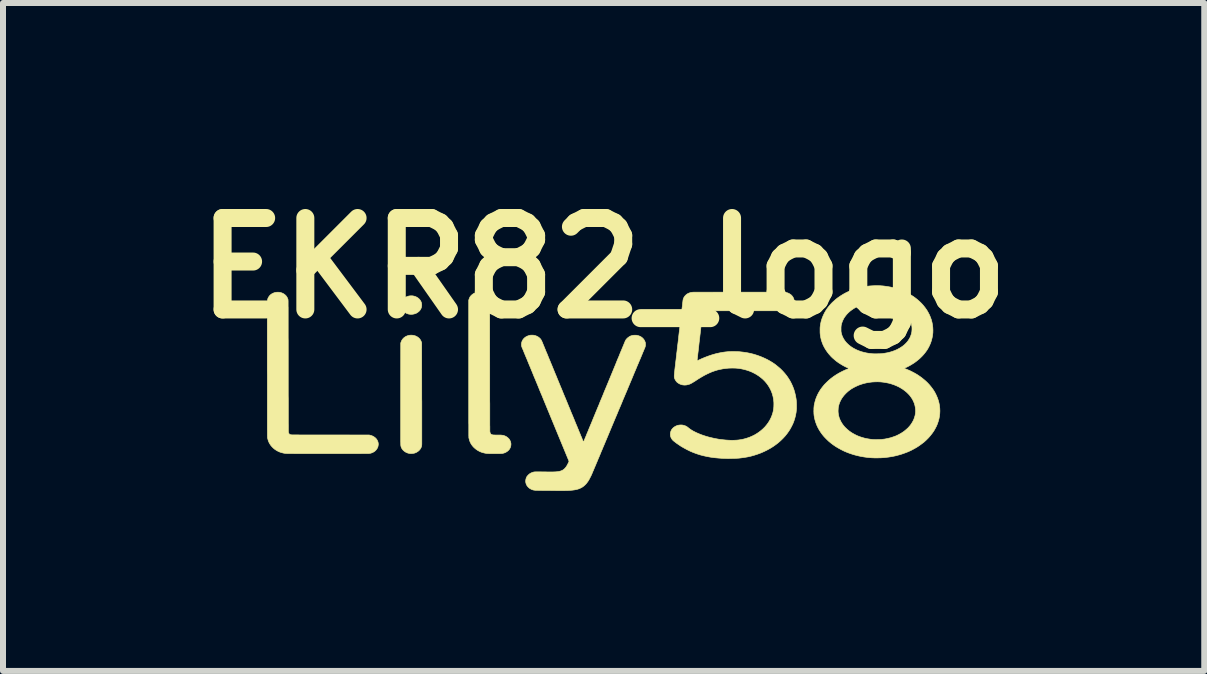
<source format=kicad_pcb>
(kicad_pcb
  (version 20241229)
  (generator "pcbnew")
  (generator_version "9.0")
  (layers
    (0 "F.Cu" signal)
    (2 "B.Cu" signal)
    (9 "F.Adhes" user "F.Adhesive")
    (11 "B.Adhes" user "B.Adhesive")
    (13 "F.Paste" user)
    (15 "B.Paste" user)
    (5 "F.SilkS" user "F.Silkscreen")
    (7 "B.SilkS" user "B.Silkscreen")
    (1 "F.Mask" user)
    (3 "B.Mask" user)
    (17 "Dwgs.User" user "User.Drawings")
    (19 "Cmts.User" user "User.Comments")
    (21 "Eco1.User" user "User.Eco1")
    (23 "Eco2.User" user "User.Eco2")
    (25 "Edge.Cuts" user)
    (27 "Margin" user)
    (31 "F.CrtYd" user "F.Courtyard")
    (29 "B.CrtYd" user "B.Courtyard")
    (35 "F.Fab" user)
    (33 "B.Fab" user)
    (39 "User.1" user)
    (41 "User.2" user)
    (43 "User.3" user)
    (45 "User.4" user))
  (footprint "EKR82_logo"
    (layer "F.Cu")
    (at 7.01 3.418)
    (property "Reference" "EKR82_logo" (at 0 -2 0) (layer "F.SilkS") (effects (font (size 1.524 1.524) (thickness 0.3))))
    (attr through_hole)
    (fp_poly (pts (xy -3.181 -1.537) (xy -3.157 -1.532) (xy -3.157 -1.532) (xy -3.135 -1.525) (xy -3.114 -1.515) (xy -3.095 -1.503) (xy -3.078 -1.489) (xy -3.063 -1.473) (xy -3.052 -1.457) (xy -3.042 -1.438) (xy -3.035 -1.418) (xy -3.032 -1.397) (xy -3.031 -1.377) (xy -3.034 -1.356) (xy -3.039 -1.336) (xy -3.048 -1.317) (xy -3.059 -1.299) (xy -3.066 -1.29) (xy -3.082 -1.274) (xy -3.1 -1.261) (xy -3.119 -1.249) (xy -3.141 -1.24) (xy -3.163 -1.234) (xy -3.186 -1.23) (xy -3.209 -1.229) (xy -3.225 -1.23) (xy -3.248 -1.233) (xy -3.271 -1.24) (xy -3.292 -1.249) (xy -3.311 -1.26) (xy -3.329 -1.274) (xy -3.344 -1.289) (xy -3.357 -1.306) (xy -3.368 -1.325) (xy -3.376 -1.345) (xy -3.376 -1.346) (xy -3.378 -1.352) (xy -3.379 -1.358) (xy -3.38 -1.363) (xy -3.38 -1.37) (xy -3.38 -1.378) (xy -3.38 -1.384) (xy -3.38 -1.393) (xy -3.38 -1.4) (xy -3.38 -1.406) (xy -3.379 -1.412) (xy -3.377 -1.417) (xy -3.376 -1.422) (xy -3.368 -1.442) (xy -3.358 -1.46) (xy -3.345 -1.477) (xy -3.332 -1.491) (xy -3.314 -1.505) (xy -3.294 -1.517) (xy -3.273 -1.526) (xy -3.251 -1.533) (xy -3.228 -1.537) (xy -3.205 -1.538) (xy -3.181 -1.537)) (stroke (width 0.01) (type solid)) (fill yes) (layer "F.SilkS"))
    (fp_poly (pts (xy -3.185 -0.881) (xy -3.162 -0.877) (xy -3.14 -0.871) (xy -3.119 -0.862) (xy -3.1 -0.851) (xy -3.082 -0.837) (xy -3.066 -0.821) (xy -3.053 -0.803) (xy -3.043 -0.784) (xy -3.036 -0.765) (xy -3.032 -0.754) (xy -3.031 0.079) (xy -3.031 0.129) (xy -3.031 0.178) (xy -3.03 0.227) (xy -3.03 0.274) (xy -3.03 0.321) (xy -3.03 0.367) (xy -3.03 0.411) (xy -3.03 0.455) (xy -3.03 0.497) (xy -3.03 0.537) (xy -3.03 0.577) (xy -3.03 0.614) (xy -3.03 0.65) (xy -3.03 0.684) (xy -3.03 0.717) (xy -3.03 0.747) (xy -3.03 0.776) (xy -3.03 0.802) (xy -3.03 0.827) (xy -3.03 0.849) (xy -3.03 0.868) (xy -3.03 0.886) (xy -3.03 0.9) (xy -3.03 0.912) (xy -3.03 0.922) (xy -3.03 0.929) (xy -3.03 0.932) (xy -3.03 0.933) (xy -3.031 0.949) (xy -3.033 0.963) (xy -3.036 0.975) (xy -3.04 0.987) (xy -3.041 0.99) (xy -3.051 1.009) (xy -3.063 1.026) (xy -3.078 1.042) (xy -3.095 1.056) (xy -3.114 1.068) (xy -3.134 1.078) (xy -3.155 1.085) (xy -3.178 1.089) (xy -3.201 1.091) (xy -3.225 1.091) (xy -3.248 1.087) (xy -3.27 1.081) (xy -3.291 1.072) (xy -3.311 1.06) (xy -3.328 1.047) (xy -3.344 1.032) (xy -3.357 1.015) (xy -3.368 0.997) (xy -3.375 0.979) (xy -3.375 0.977) (xy -3.376 0.975) (xy -3.376 0.974) (xy -3.377 0.972) (xy -3.377 0.97) (xy -3.378 0.969) (xy -3.378 0.967) (xy -3.379 0.964) (xy -3.379 0.962) (xy -3.379 0.959) (xy -3.38 0.955) (xy -3.38 0.951) (xy -3.38 0.946) (xy -3.381 0.94) (xy -3.381 0.934) (xy -3.381 0.927) (xy -3.381 0.918) (xy -3.381 0.909) (xy -3.382 0.899) (xy -3.382 0.887) (xy -3.382 0.875) (xy -3.382 0.86) (xy -3.382 0.845) (xy -3.382 0.828) (xy -3.382 0.809) (xy -3.382 0.789) (xy -3.382 0.767) (xy -3.382 0.744) (xy -3.382 0.718) (xy -3.382 0.691) (xy -3.382 0.662) (xy -3.382 0.63) (xy -3.382 0.597) (xy -3.382 0.561) (xy -3.382 0.523) (xy -3.382 0.483) (xy -3.382 0.44) (xy -3.382 0.395) (xy -3.382 0.347) (xy -3.382 0.296) (xy -3.382 0.243) (xy -3.382 0.187) (xy -3.382 0.128) (xy -3.382 0.09) (xy -3.381 -0.751) (xy -3.376 -0.766) (xy -3.368 -0.786) (xy -3.358 -0.804) (xy -3.345 -0.821) (xy -3.332 -0.835) (xy -3.314 -0.849) (xy -3.295 -0.861) (xy -3.274 -0.87) (xy -3.253 -0.877) (xy -3.23 -0.881) (xy -3.208 -0.882) (xy -3.185 -0.881)) (stroke (width 0.01) (type solid)) (fill yes) (layer "F.SilkS"))
    (fp_poly (pts (xy -2.066 -1.598) (xy -2.041 -1.596) (xy -2.018 -1.591) (xy -1.996 -1.583) (xy -1.976 -1.573) (xy -1.957 -1.56) (xy -1.948 -1.552) (xy -1.933 -1.537) (xy -1.921 -1.521) (xy -1.911 -1.504) (xy -1.903 -1.484) (xy -1.903 -1.482) (xy -1.899 -1.471) (xy -1.898 -0.377) (xy -1.898 -0.306) (xy -1.898 -0.237) (xy -1.898 -0.171) (xy -1.898 -0.108) (xy -1.898 -0.048) (xy -1.898 0.009) (xy -1.898 0.064) (xy -1.898 0.116) (xy -1.898 0.166) (xy -1.898 0.213) (xy -1.897 0.258) (xy -1.897 0.3) (xy -1.897 0.34) (xy -1.897 0.377) (xy -1.897 0.413) (xy -1.897 0.446) (xy -1.897 0.477) (xy -1.897 0.506) (xy -1.897 0.532) (xy -1.897 0.557) (xy -1.897 0.58) (xy -1.897 0.601) (xy -1.897 0.621) (xy -1.896 0.638) (xy -1.896 0.654) (xy -1.896 0.668) (xy -1.896 0.68) (xy -1.896 0.691) (xy -1.896 0.701) (xy -1.896 0.709) (xy -1.896 0.715) (xy -1.896 0.72) (xy -1.895 0.724) (xy -1.895 0.727) (xy -1.895 0.728) (xy -1.895 0.728) (xy -1.892 0.741) (xy -1.889 0.752) (xy -1.885 0.76) (xy -1.88 0.766) (xy -1.873 0.771) (xy -1.872 0.772) (xy -1.867 0.774) (xy -1.861 0.776) (xy -1.855 0.778) (xy -1.847 0.78) (xy -1.838 0.781) (xy -1.827 0.782) (xy -1.813 0.782) (xy -1.797 0.783) (xy -1.779 0.783) (xy -1.761 0.783) (xy -1.743 0.783) (xy -1.727 0.783) (xy -1.715 0.783) (xy -1.704 0.784) (xy -1.695 0.785) (xy -1.687 0.786) (xy -1.679 0.787) (xy -1.672 0.788) (xy -1.665 0.79) (xy -1.663 0.791) (xy -1.641 0.799) (xy -1.62 0.81) (xy -1.602 0.823) (xy -1.585 0.838) (xy -1.571 0.854) (xy -1.56 0.873) (xy -1.552 0.892) (xy -1.548 0.906) (xy -1.545 0.92) (xy -1.544 0.935) (xy -1.545 0.95) (xy -1.547 0.964) (xy -1.548 0.969) (xy -1.554 0.989) (xy -1.563 1.008) (xy -1.575 1.026) (xy -1.59 1.042) (xy -1.607 1.056) (xy -1.626 1.068) (xy -1.646 1.078) (xy -1.668 1.085) (xy -1.69 1.09) (xy -1.695 1.09) (xy -1.703 1.091) (xy -1.713 1.091) (xy -1.726 1.092) (xy -1.741 1.092) (xy -1.757 1.092) (xy -1.775 1.092) (xy -1.793 1.092) (xy -1.812 1.092) (xy -1.831 1.092) (xy -1.85 1.092) (xy -1.869 1.092) (xy -1.886 1.092) (xy -1.902 1.092) (xy -1.916 1.091) (xy -1.928 1.091) (xy -1.938 1.09) (xy -1.945 1.09) (xy -1.947 1.09) (xy -1.981 1.084) (xy -2.013 1.076) (xy -2.044 1.066) (xy -2.073 1.053) (xy -2.101 1.037) (xy -2.126 1.02) (xy -2.15 1) (xy -2.172 0.979) (xy -2.191 0.956) (xy -2.208 0.931) (xy -2.222 0.905) (xy -2.233 0.877) (xy -2.241 0.848) (xy -2.246 0.827) (xy -2.246 0.826) (xy -2.246 0.823) (xy -2.246 0.82) (xy -2.246 0.816) (xy -2.246 0.812) (xy -2.246 0.806) (xy -2.247 0.799) (xy -2.247 0.791) (xy -2.247 0.781) (xy -2.247 0.771) (xy -2.247 0.759) (xy -2.247 0.745) (xy -2.247 0.731) (xy -2.247 0.714) (xy -2.247 0.696) (xy -2.247 0.677) (xy -2.247 0.656) (xy -2.247 0.633) (xy -2.247 0.609) (xy -2.248 0.582) (xy -2.248 0.554) (xy -2.248 0.523) (xy -2.248 0.491) (xy -2.248 0.457) (xy -2.248 0.42) (xy -2.248 0.381) (xy -2.248 0.34) (xy -2.248 0.297) (xy -2.248 0.251) (xy -2.248 0.203) (xy -2.248 0.153) (xy -2.248 0.1) (xy -2.248 0.044) (xy -2.248 -0.014) (xy -2.248 -0.076) (xy -2.248 -0.139) (xy -2.248 -0.206) (xy -2.248 -0.276) (xy -2.248 -1.465) (xy -2.244 -1.478) (xy -2.236 -1.5) (xy -2.226 -1.52) (xy -2.213 -1.537) (xy -2.197 -1.553) (xy -2.179 -1.567) (xy -2.16 -1.579) (xy -2.138 -1.588) (xy -2.117 -1.594) (xy -2.094 -1.598) (xy -2.07 -1.598) (xy -2.066 -1.598)) (stroke (width 0.01) (type solid)) (fill yes) (layer "F.SilkS"))
    (fp_poly (pts (xy -5.407 -1.597) (xy -5.385 -1.593) (xy -5.363 -1.586) (xy -5.342 -1.577) (xy -5.323 -1.565) (xy -5.322 -1.564) (xy -5.304 -1.55) (xy -5.289 -1.534) (xy -5.277 -1.516) (xy -5.267 -1.496) (xy -5.26 -1.476) (xy -5.26 -1.475) (xy -5.259 -1.474) (xy -5.259 -1.473) (xy -5.259 -1.471) (xy -5.259 -1.469) (xy -5.259 -1.466) (xy -5.259 -1.462) (xy -5.259 -1.458) (xy -5.258 -1.453) (xy -5.258 -1.447) (xy -5.258 -1.44) (xy -5.258 -1.432) (xy -5.258 -1.423) (xy -5.258 -1.413) (xy -5.258 -1.402) (xy -5.258 -1.39) (xy -5.258 -1.377) (xy -5.258 -1.362) (xy -5.257 -1.346) (xy -5.257 -1.328) (xy -5.257 -1.309) (xy -5.257 -1.288) (xy -5.257 -1.266) (xy -5.257 -1.241) (xy -5.257 -1.215) (xy -5.257 -1.188) (xy -5.257 -1.158) (xy -5.257 -1.126) (xy -5.257 -1.093) (xy -5.257 -1.057) (xy -5.257 -1.019) (xy -5.257 -0.979) (xy -5.257 -0.936) (xy -5.257 -0.891) (xy -5.257 -0.844) (xy -5.256 -0.794) (xy -5.256 -0.742) (xy -5.256 -0.687) (xy -5.256 -0.63) (xy -5.256 -0.569) (xy -5.256 -0.506) (xy -5.256 -0.44) (xy -5.256 -0.372) (xy -5.256 -0.37) (xy -5.256 -0.298) (xy -5.256 -0.229) (xy -5.256 -0.162) (xy -5.256 -0.099) (xy -5.256 -0.038) (xy -5.256 0.02) (xy -5.256 0.075) (xy -5.256 0.127) (xy -5.255 0.177) (xy -5.255 0.225) (xy -5.255 0.27) (xy -5.255 0.312) (xy -5.255 0.353) (xy -5.255 0.39) (xy -5.255 0.426) (xy -5.255 0.459) (xy -5.255 0.49) (xy -5.255 0.519) (xy -5.255 0.546) (xy -5.255 0.571) (xy -5.255 0.594) (xy -5.254 0.615) (xy -5.254 0.634) (xy -5.254 0.652) (xy -5.254 0.667) (xy -5.254 0.681) (xy -5.254 0.693) (xy -5.254 0.703) (xy -5.254 0.712) (xy -5.254 0.72) (xy -5.253 0.726) (xy -5.253 0.73) (xy -5.253 0.733) (xy -5.253 0.735) (xy -5.253 0.735) (xy -5.249 0.748) (xy -5.244 0.758) (xy -5.239 0.765) (xy -5.238 0.766) (xy -5.233 0.77) (xy -5.227 0.773) (xy -5.22 0.776) (xy -5.213 0.778) (xy -5.212 0.778) (xy -5.21 0.778) (xy -5.209 0.779) (xy -5.207 0.779) (xy -5.204 0.779) (xy -5.201 0.779) (xy -5.197 0.779) (xy -5.192 0.78) (xy -5.186 0.78) (xy -5.179 0.78) (xy -5.17 0.78) (xy -5.161 0.78) (xy -5.15 0.78) (xy -5.137 0.78) (xy -5.124 0.78) (xy -5.108 0.78) (xy -5.09 0.78) (xy -5.071 0.781) (xy -5.05 0.781) (xy -5.026 0.781) (xy -5.001 0.781) (xy -4.973 0.781) (xy -4.943 0.781) (xy -4.91 0.781) (xy -4.875 0.781) (xy -4.836 0.781) (xy -4.796 0.781) (xy -4.752 0.781) (xy -4.705 0.781) (xy -4.655 0.781) (xy -4.602 0.781) (xy -4.554 0.781) (xy -3.906 0.782) (xy -3.889 0.786) (xy -3.868 0.792) (xy -3.849 0.8) (xy -3.832 0.809) (xy -3.816 0.82) (xy -3.807 0.827) (xy -3.791 0.843) (xy -3.778 0.86) (xy -3.768 0.879) (xy -3.76 0.899) (xy -3.756 0.919) (xy -3.755 0.94) (xy -3.758 0.962) (xy -3.761 0.976) (xy -3.763 0.983) (xy -3.767 0.991) (xy -3.77 0.999) (xy -3.774 1.005) (xy -3.786 1.024) (xy -3.8 1.04) (xy -3.817 1.055) (xy -3.836 1.067) (xy -3.857 1.077) (xy -3.879 1.085) (xy -3.903 1.089) (xy -3.916 1.091) (xy -3.919 1.091) (xy -3.925 1.091) (xy -3.934 1.091) (xy -3.946 1.091) (xy -3.961 1.091) (xy -3.979 1.091) (xy -4 1.091) (xy -4.023 1.091) (xy -4.049 1.092) (xy -4.077 1.092) (xy -4.108 1.092) (xy -4.14 1.092) (xy -4.175 1.092) (xy -4.211 1.092) (xy -4.249 1.092) (xy -4.289 1.092) (xy -4.331 1.092) (xy -4.374 1.092) (xy -4.418 1.092) (xy -4.463 1.092) (xy -4.51 1.092) (xy -4.557 1.092) (xy -4.603 1.092) (xy -4.662 1.092) (xy -4.717 1.092) (xy -4.768 1.092) (xy -4.817 1.092) (xy -4.863 1.092) (xy -4.905 1.092) (xy -4.945 1.092) (xy -4.982 1.092) (xy -5.017 1.092) (xy -5.049 1.092) (xy -5.078 1.092) (xy -5.105 1.092) (xy -5.13 1.092) (xy -5.153 1.092) (xy -5.174 1.091) (xy -5.192 1.091) (xy -5.209 1.091) (xy -5.224 1.091) (xy -5.237 1.091) (xy -5.249 1.091) (xy -5.259 1.091) (xy -5.268 1.091) (xy -5.275 1.091) (xy -5.281 1.09) (xy -5.286 1.09) (xy -5.29 1.09) (xy -5.293 1.09) (xy -5.295 1.09) (xy -5.33 1.085) (xy -5.363 1.077) (xy -5.395 1.067) (xy -5.425 1.054) (xy -5.454 1.038) (xy -5.481 1.02) (xy -5.505 1) (xy -5.528 0.977) (xy -5.548 0.953) (xy -5.564 0.929) (xy -5.578 0.903) (xy -5.589 0.876) (xy -5.597 0.847) (xy -5.601 0.829) (xy -5.601 0.828) (xy -5.601 0.827) (xy -5.602 0.825) (xy -5.602 0.823) (xy -5.602 0.821) (xy -5.602 0.818) (xy -5.602 0.814) (xy -5.602 0.81) (xy -5.602 0.806) (xy -5.603 0.8) (xy -5.603 0.794) (xy -5.603 0.787) (xy -5.603 0.779) (xy -5.603 0.77) (xy -5.603 0.759) (xy -5.603 0.748) (xy -5.603 0.736) (xy -5.603 0.722) (xy -5.603 0.707) (xy -5.604 0.691) (xy -5.604 0.673) (xy -5.604 0.653) (xy -5.604 0.633) (xy -5.604 0.61) (xy -5.604 0.586) (xy -5.604 0.56) (xy -5.604 0.532) (xy -5.604 0.502) (xy -5.604 0.471) (xy -5.604 0.437) (xy -5.604 0.401) (xy -5.604 0.364) (xy -5.604 0.324) (xy -5.604 0.281) (xy -5.604 0.237) (xy -5.604 0.19) (xy -5.604 0.14) (xy -5.604 0.088) (xy -5.604 0.034) (xy -5.604 -0.024) (xy -5.604 -0.084) (xy -5.604 -0.146) (xy -5.604 -0.212) (xy -5.605 -0.28) (xy -5.605 -0.31) (xy -5.605 -0.391) (xy -5.605 -0.468) (xy -5.605 -0.543) (xy -5.605 -0.615) (xy -5.605 -0.684) (xy -5.605 -0.749) (xy -5.605 -0.812) (xy -5.605 -0.873) (xy -5.605 -0.93) (xy -5.605 -0.984) (xy -5.605 -1.035) (xy -5.605 -1.083) (xy -5.605 -1.129) (xy -5.604 -1.171) (xy -5.604 -1.211) (xy -5.604 -1.247) (xy -5.604 -1.281) (xy -5.604 -1.311) (xy -5.604 -1.339) (xy -5.604 -1.363) (xy -5.604 -1.385) (xy -5.604 -1.404) (xy -5.604 -1.419) (xy -5.604 -1.432) (xy -5.604 -1.442) (xy -5.604 -1.449) (xy -5.603 -1.452) (xy -5.603 -1.453) (xy -5.601 -1.469) (xy -5.598 -1.483) (xy -5.594 -1.496) (xy -5.588 -1.508) (xy -5.587 -1.51) (xy -5.575 -1.529) (xy -5.561 -1.546) (xy -5.544 -1.561) (xy -5.526 -1.573) (xy -5.505 -1.583) (xy -5.483 -1.591) (xy -5.459 -1.596) (xy -5.452 -1.597) (xy -5.43 -1.598) (xy -5.407 -1.597)) (stroke (width 0.01) (type solid)) (fill yes) (layer "F.SilkS"))
    (fp_poly (pts (xy -1.18 -0.882) (xy -1.168 -0.881) (xy -1.157 -0.879) (xy -1.145 -0.876) (xy -1.133 -0.873) (xy -1.111 -0.864) (xy -1.091 -0.853) (xy -1.072 -0.839) (xy -1.067 -0.834) (xy -1.055 -0.823) (xy -1.046 -0.811) (xy -1.037 -0.797) (xy -1.03 -0.782) (xy -1.025 -0.77) (xy -1.023 -0.767) (xy -1.021 -0.761) (xy -1.017 -0.753) (xy -1.013 -0.742) (xy -1.008 -0.729) (xy -1.001 -0.713) (xy -0.994 -0.696) (xy -0.986 -0.676) (xy -0.977 -0.654) (xy -0.967 -0.63) (xy -0.957 -0.605) (xy -0.945 -0.578) (xy -0.933 -0.549) (xy -0.921 -0.518) (xy -0.908 -0.487) (xy -0.894 -0.454) (xy -0.88 -0.419) (xy -0.865 -0.384) (xy -0.85 -0.347) (xy -0.835 -0.31) (xy -0.819 -0.271) (xy -0.803 -0.232) (xy -0.786 -0.192) (xy -0.77 -0.152) (xy -0.753 -0.111) (xy -0.736 -0.07) (xy -0.719 -0.028) (xy -0.701 0.014) (xy -0.684 0.056) (xy -0.667 0.098) (xy -0.65 0.139) (xy -0.632 0.181) (xy -0.615 0.223) (xy -0.598 0.264) (xy -0.582 0.304) (xy -0.565 0.344) (xy -0.549 0.384) (xy -0.533 0.423) (xy -0.517 0.46) (xy -0.502 0.497) (xy -0.487 0.533) (xy -0.473 0.568) (xy -0.459 0.602) (xy -0.445 0.634) (xy -0.433 0.665) (xy -0.42 0.695) (xy -0.409 0.723) (xy -0.398 0.749) (xy -0.388 0.773) (xy -0.379 0.796) (xy -0.37 0.816) (xy -0.362 0.835) (xy -0.356 0.851) (xy -0.35 0.866) (xy -0.345 0.877) (xy -0.341 0.887) (xy -0.338 0.894) (xy -0.336 0.898) (xy -0.335 0.9) (xy -0.335 0.9) (xy -0.335 0.899) (xy -0.334 0.898) (xy -0.333 0.895) (xy -0.332 0.891) (xy -0.329 0.886) (xy -0.327 0.88) (xy -0.323 0.872) (xy -0.32 0.863) (xy -0.315 0.852) (xy -0.31 0.84) (xy -0.305 0.827) (xy -0.298 0.812) (xy -0.291 0.795) (xy -0.284 0.777) (xy -0.276 0.757) (xy -0.267 0.736) (xy -0.257 0.713) (xy -0.247 0.687) (xy -0.236 0.661) (xy -0.224 0.632) (xy -0.211 0.601) (xy -0.197 0.568) (xy -0.183 0.533) (xy -0.168 0.496) (xy -0.152 0.458) (xy -0.135 0.416) (xy -0.117 0.373) (xy -0.098 0.327) (xy -0.078 0.28) (xy -0.058 0.229) (xy -0.036 0.177) (xy -0.013 0.122) (xy 0.01 0.064) (xy 0.035 0.005) (xy 0.061 -0.058) (xy 0.088 -0.123) (xy 0.116 -0.191) (xy 0.145 -0.261) (xy 0.175 -0.334) (xy 0.201 -0.397) (xy 0.214 -0.43) (xy 0.227 -0.462) (xy 0.24 -0.493) (xy 0.253 -0.523) (xy 0.265 -0.553) (xy 0.276 -0.581) (xy 0.287 -0.607) (xy 0.298 -0.633) (xy 0.308 -0.657) (xy 0.317 -0.679) (xy 0.326 -0.7) (xy 0.334 -0.719) (xy 0.34 -0.735) (xy 0.347 -0.75) (xy 0.352 -0.763) (xy 0.356 -0.773) (xy 0.359 -0.781) (xy 0.361 -0.786) (xy 0.363 -0.788) (xy 0.363 -0.788) (xy 0.372 -0.805) (xy 0.384 -0.82) (xy 0.399 -0.835) (xy 0.416 -0.848) (xy 0.433 -0.86) (xy 0.452 -0.869) (xy 0.455 -0.87) (xy 0.469 -0.874) (xy 0.483 -0.878) (xy 0.497 -0.88) (xy 0.513 -0.881) (xy 0.517 -0.881) (xy 0.528 -0.881) (xy 0.537 -0.881) (xy 0.544 -0.881) (xy 0.551 -0.88) (xy 0.557 -0.879) (xy 0.581 -0.873) (xy 0.603 -0.865) (xy 0.624 -0.854) (xy 0.642 -0.841) (xy 0.658 -0.826) (xy 0.672 -0.809) (xy 0.683 -0.79) (xy 0.692 -0.769) (xy 0.695 -0.761) (xy 0.696 -0.754) (xy 0.697 -0.747) (xy 0.698 -0.739) (xy 0.698 -0.729) (xy 0.698 -0.728) (xy 0.698 -0.713) (xy 0.696 -0.701) (xy 0.693 -0.689) (xy 0.689 -0.676) (xy 0.686 -0.67) (xy 0.686 -0.668) (xy 0.684 -0.663) (xy 0.68 -0.656) (xy 0.676 -0.646) (xy 0.671 -0.633) (xy 0.665 -0.618) (xy 0.657 -0.601) (xy 0.649 -0.581) (xy 0.64 -0.559) (xy 0.63 -0.535) (xy 0.619 -0.508) (xy 0.607 -0.48) (xy 0.594 -0.45) (xy 0.581 -0.418) (xy 0.566 -0.384) (xy 0.551 -0.348) (xy 0.536 -0.311) (xy 0.519 -0.272) (xy 0.502 -0.231) (xy 0.485 -0.19) (xy 0.467 -0.146) (xy 0.448 -0.102) (xy 0.429 -0.056) (xy 0.409 -0.009) (xy 0.389 0.04) (xy 0.368 0.089) (xy 0.347 0.139) (xy 0.325 0.19) (xy 0.304 0.242) (xy 0.282 0.295) (xy 0.259 0.348) (xy 0.25 0.369) (xy 0.223 0.435) (xy 0.196 0.498) (xy 0.171 0.558) (xy 0.147 0.615) (xy 0.124 0.67) (xy 0.102 0.723) (xy 0.081 0.773) (xy 0.061 0.821) (xy 0.042 0.866) (xy 0.024 0.909) (xy 0.007 0.95) (xy -0.01 0.989) (xy -0.025 1.026) (xy -0.04 1.06) (xy -0.053 1.093) (xy -0.066 1.124) (xy -0.078 1.153) (xy -0.09 1.18) (xy -0.1 1.205) (xy -0.11 1.229) (xy -0.12 1.251) (xy -0.128 1.272) (xy -0.136 1.291) (xy -0.144 1.309) (xy -0.151 1.325) (xy -0.157 1.34) (xy -0.163 1.354) (xy -0.168 1.367) (xy -0.173 1.378) (xy -0.178 1.389) (xy -0.182 1.398) (xy -0.185 1.406) (xy -0.188 1.414) (xy -0.191 1.421) (xy -0.194 1.427) (xy -0.196 1.432) (xy -0.198 1.437) (xy -0.2 1.441) (xy -0.201 1.444) (xy -0.203 1.447) (xy -0.204 1.45) (xy -0.205 1.452) (xy -0.206 1.454) (xy -0.207 1.456) (xy -0.207 1.458) (xy -0.208 1.459) (xy -0.209 1.461) (xy -0.21 1.462) (xy -0.21 1.464) (xy -0.211 1.465) (xy -0.212 1.467) (xy -0.212 1.467) (xy -0.227 1.496) (xy -0.241 1.523) (xy -0.255 1.547) (xy -0.27 1.568) (xy -0.285 1.588) (xy -0.3 1.605) (xy -0.317 1.621) (xy -0.321 1.625) (xy -0.337 1.638) (xy -0.354 1.65) (xy -0.372 1.661) (xy -0.392 1.67) (xy -0.413 1.679) (xy -0.435 1.686) (xy -0.459 1.692) (xy -0.486 1.697) (xy -0.515 1.701) (xy -0.547 1.704) (xy -0.581 1.706) (xy -0.61 1.708) (xy -0.618 1.708) (xy -0.628 1.708) (xy -0.64 1.708) (xy -0.653 1.709) (xy -0.668 1.709) (xy -0.683 1.709) (xy -0.699 1.709) (xy -0.714 1.709) (xy -0.73 1.709) (xy -0.744 1.709) (xy -0.757 1.709) (xy -0.769 1.709) (xy -0.779 1.709) (xy -0.787 1.709) (xy -0.792 1.709) (xy -0.794 1.709) (xy -0.794 1.709) (xy -0.796 1.709) (xy -0.801 1.708) (xy -0.809 1.708) (xy -0.819 1.708) (xy -0.832 1.708) (xy -0.848 1.708) (xy -0.865 1.708) (xy -0.884 1.707) (xy -0.904 1.707) (xy -0.926 1.707) (xy -0.949 1.707) (xy -0.962 1.706) (xy -0.986 1.706) (xy -1.009 1.706) (xy -1.031 1.706) (xy -1.052 1.705) (xy -1.072 1.705) (xy -1.089 1.705) (xy -1.105 1.704) (xy -1.119 1.704) (xy -1.13 1.704) (xy -1.138 1.704) (xy -1.144 1.703) (xy -1.145 1.703) (xy -1.167 1.7) (xy -1.189 1.694) (xy -1.209 1.685) (xy -1.229 1.674) (xy -1.246 1.661) (xy -1.261 1.646) (xy -1.275 1.629) (xy -1.285 1.611) (xy -1.29 1.599) (xy -1.296 1.579) (xy -1.299 1.559) (xy -1.298 1.538) (xy -1.295 1.518) (xy -1.289 1.498) (xy -1.287 1.493) (xy -1.28 1.478) (xy -1.27 1.465) (xy -1.258 1.451) (xy -1.246 1.44) (xy -1.233 1.429) (xy -1.219 1.42) (xy -1.205 1.413) (xy -1.19 1.407) (xy -1.185 1.405) (xy -1.179 1.403) (xy -1.174 1.402) (xy -1.169 1.401) (xy -1.165 1.399) (xy -1.16 1.398) (xy -1.155 1.398) (xy -1.149 1.397) (xy -1.142 1.397) (xy -1.133 1.396) (xy -1.124 1.396) (xy -1.113 1.396) (xy -1.099 1.396) (xy -1.084 1.396) (xy -1.066 1.396) (xy -1.046 1.396) (xy -1.023 1.397) (xy -0.997 1.397) (xy -0.964 1.397) (xy -0.935 1.398) (xy -0.908 1.398) (xy -0.885 1.398) (xy -0.864 1.398) (xy -0.845 1.398) (xy -0.828 1.397) (xy -0.813 1.397) (xy -0.8 1.396) (xy -0.787 1.395) (xy -0.777 1.394) (xy -0.766 1.393) (xy -0.757 1.392) (xy -0.748 1.39) (xy -0.74 1.389) (xy -0.734 1.387) (xy -0.715 1.382) (xy -0.697 1.375) (xy -0.681 1.367) (xy -0.666 1.357) (xy -0.652 1.345) (xy -0.639 1.331) (xy -0.626 1.315) (xy -0.614 1.297) (xy -0.602 1.275) (xy -0.59 1.252) (xy -0.585 1.242) (xy -0.576 1.22) (xy -0.962 0.284) (xy -0.983 0.233) (xy -1.004 0.182) (xy -1.024 0.132) (xy -1.045 0.083) (xy -1.065 0.035) (xy -1.084 -0.012) (xy -1.103 -0.059) (xy -1.122 -0.104) (xy -1.14 -0.148) (xy -1.158 -0.19) (xy -1.175 -0.232) (xy -1.191 -0.272) (xy -1.207 -0.31) (xy -1.222 -0.347) (xy -1.237 -0.382) (xy -1.251 -0.416) (xy -1.264 -0.448) (xy -1.276 -0.478) (xy -1.288 -0.506) (xy -1.299 -0.532) (xy -1.309 -0.556) (xy -1.318 -0.578) (xy -1.326 -0.597) (xy -1.333 -0.615) (xy -1.339 -0.63) (xy -1.344 -0.642) (xy -1.349 -0.652) (xy -1.352 -0.66) (xy -1.354 -0.664) (xy -1.355 -0.666) (xy -1.358 -0.674) (xy -1.361 -0.681) (xy -1.363 -0.687) (xy -1.364 -0.69) (xy -1.368 -0.71) (xy -1.369 -0.731) (xy -1.367 -0.751) (xy -1.362 -0.771) (xy -1.354 -0.79) (xy -1.343 -0.809) (xy -1.33 -0.825) (xy -1.313 -0.841) (xy -1.313 -0.841) (xy -1.296 -0.853) (xy -1.278 -0.863) (xy -1.258 -0.871) (xy -1.236 -0.878) (xy -1.235 -0.878) (xy -1.227 -0.88) (xy -1.22 -0.881) (xy -1.213 -0.882) (xy -1.204 -0.882) (xy -1.195 -0.882) (xy -1.18 -0.882)) (stroke (width 0.01) (type solid)) (fill yes) (layer "F.SilkS"))
    (fp_poly (pts (xy 2.309 -1.599) (xy 2.354 -1.599) (xy 2.398 -1.599) (xy 2.441 -1.599) (xy 2.484 -1.599) (xy 2.527 -1.599) (xy 2.568 -1.599) (xy 2.609 -1.599) (xy 2.648 -1.599) (xy 2.686 -1.599) (xy 2.723 -1.598) (xy 2.758 -1.598) (xy 2.792 -1.598) (xy 2.824 -1.598) (xy 2.854 -1.598) (xy 2.882 -1.598) (xy 2.908 -1.598) (xy 2.932 -1.598) (xy 2.953 -1.598) (xy 2.971 -1.598) (xy 2.987 -1.598) (xy 3.001 -1.598) (xy 3.011 -1.597) (xy 3.018 -1.597) (xy 3.022 -1.597) (xy 3.022 -1.597) (xy 3.046 -1.593) (xy 3.069 -1.586) (xy 3.09 -1.577) (xy 3.109 -1.565) (xy 3.127 -1.552) (xy 3.142 -1.536) (xy 3.155 -1.518) (xy 3.165 -1.499) (xy 3.171 -1.483) (xy 3.175 -1.468) (xy 3.176 -1.451) (xy 3.176 -1.434) (xy 3.174 -1.417) (xy 3.173 -1.414) (xy 3.167 -1.393) (xy 3.158 -1.374) (xy 3.146 -1.357) (xy 3.132 -1.341) (xy 3.128 -1.337) (xy 3.11 -1.322) (xy 3.09 -1.31) (xy 3.069 -1.301) (xy 3.046 -1.294) (xy 3.022 -1.29) (xy 3.016 -1.289) (xy 3.013 -1.289) (xy 3.006 -1.289) (xy 2.996 -1.289) (xy 2.982 -1.289) (xy 2.965 -1.289) (xy 2.945 -1.289) (xy 2.922 -1.289) (xy 2.895 -1.288) (xy 2.865 -1.288) (xy 2.832 -1.288) (xy 2.795 -1.288) (xy 2.756 -1.288) (xy 2.713 -1.288) (xy 2.667 -1.288) (xy 2.618 -1.288) (xy 2.565 -1.288) (xy 2.51 -1.288) (xy 2.451 -1.288) (xy 2.39 -1.288) (xy 2.326 -1.288) (xy 1.654 -1.288) (xy 1.654 -1.285) (xy 1.653 -1.283) (xy 1.653 -1.278) (xy 1.652 -1.27) (xy 1.651 -1.26) (xy 1.649 -1.248) (xy 1.647 -1.233) (xy 1.645 -1.217) (xy 1.643 -1.198) (xy 1.641 -1.178) (xy 1.638 -1.156) (xy 1.636 -1.132) (xy 1.633 -1.108) (xy 1.63 -1.082) (xy 1.627 -1.054) (xy 1.623 -1.026) (xy 1.62 -0.998) (xy 1.617 -0.968) (xy 1.613 -0.938) (xy 1.61 -0.908) (xy 1.606 -0.878) (xy 1.603 -0.847) (xy 1.599 -0.817) (xy 1.596 -0.787) (xy 1.592 -0.757) (xy 1.589 -0.728) (xy 1.586 -0.7) (xy 1.583 -0.672) (xy 1.58 -0.646) (xy 1.577 -0.62) (xy 1.574 -0.596) (xy 1.571 -0.573) (xy 1.569 -0.552) (xy 1.567 -0.532) (xy 1.565 -0.515) (xy 1.563 -0.499) (xy 1.561 -0.485) (xy 1.56 -0.474) (xy 1.559 -0.465) (xy 1.559 -0.459) (xy 1.558 -0.456) (xy 1.558 -0.455) (xy 1.56 -0.455) (xy 1.564 -0.457) (xy 1.57 -0.459) (xy 1.577 -0.463) (xy 1.578 -0.463) (xy 1.634 -0.489) (xy 1.689 -0.512) (xy 1.742 -0.532) (xy 1.794 -0.55) (xy 1.827 -0.56) (xy 1.877 -0.574) (xy 1.927 -0.585) (xy 1.977 -0.595) (xy 2.028 -0.602) (xy 2.068 -0.606) (xy 2.08 -0.607) (xy 2.095 -0.608) (xy 2.112 -0.608) (xy 2.13 -0.609) (xy 2.15 -0.609) (xy 2.171 -0.609) (xy 2.191 -0.609) (xy 2.21 -0.608) (xy 2.228 -0.608) (xy 2.245 -0.607) (xy 2.259 -0.606) (xy 2.263 -0.606) (xy 2.326 -0.599) (xy 2.388 -0.59) (xy 2.448 -0.578) (xy 2.506 -0.563) (xy 2.563 -0.545) (xy 2.618 -0.525) (xy 2.672 -0.502) (xy 2.725 -0.477) (xy 2.77 -0.452) (xy 2.818 -0.423) (xy 2.864 -0.391) (xy 2.906 -0.357) (xy 2.947 -0.322) (xy 2.984 -0.285) (xy 3.019 -0.246) (xy 3.052 -0.205) (xy 3.081 -0.163) (xy 3.108 -0.119) (xy 3.132 -0.073) (xy 3.153 -0.026) (xy 3.171 0.022) (xy 3.186 0.072) (xy 3.198 0.123) (xy 3.2 0.131) (xy 3.202 0.143) (xy 3.204 0.156) (xy 3.207 0.171) (xy 3.209 0.186) (xy 3.211 0.201) (xy 3.212 0.214) (xy 3.212 0.216) (xy 3.213 0.226) (xy 3.214 0.239) (xy 3.214 0.253) (xy 3.215 0.269) (xy 3.215 0.285) (xy 3.215 0.301) (xy 3.215 0.316) (xy 3.215 0.331) (xy 3.215 0.343) (xy 3.214 0.353) (xy 3.209 0.403) (xy 3.2 0.452) (xy 3.188 0.5) (xy 3.173 0.548) (xy 3.155 0.594) (xy 3.133 0.639) (xy 3.109 0.683) (xy 3.087 0.718) (xy 3.057 0.76) (xy 3.024 0.801) (xy 2.989 0.839) (xy 2.951 0.876) (xy 2.91 0.912) (xy 2.867 0.945) (xy 2.823 0.976) (xy 2.776 1.005) (xy 2.727 1.032) (xy 2.676 1.057) (xy 2.624 1.08) (xy 2.57 1.1) (xy 2.515 1.118) (xy 2.459 1.134) (xy 2.401 1.147) (xy 2.342 1.157) (xy 2.282 1.165) (xy 2.256 1.168) (xy 2.24 1.169) (xy 2.222 1.17) (xy 2.201 1.171) (xy 2.179 1.172) (xy 2.156 1.172) (xy 2.133 1.173) (xy 2.11 1.173) (xy 2.087 1.174) (xy 2.066 1.174) (xy 2.047 1.173) (xy 2.043 1.173) (xy 1.974 1.171) (xy 1.907 1.166) (xy 1.843 1.16) (xy 1.78 1.151) (xy 1.72 1.14) (xy 1.661 1.127) (xy 1.604 1.112) (xy 1.549 1.094) (xy 1.495 1.074) (xy 1.443 1.052) (xy 1.392 1.027) (xy 1.342 1) (xy 1.295 0.973) (xy 1.278 0.962) (xy 1.261 0.95) (xy 1.244 0.939) (xy 1.227 0.927) (xy 1.211 0.916) (xy 1.196 0.904) (xy 1.183 0.894) (xy 1.171 0.885) (xy 1.161 0.876) (xy 1.154 0.869) (xy 1.151 0.867) (xy 1.142 0.856) (xy 1.134 0.843) (xy 1.126 0.83) (xy 1.121 0.818) (xy 1.118 0.809) (xy 1.113 0.788) (xy 1.112 0.767) (xy 1.114 0.747) (xy 1.119 0.727) (xy 1.126 0.708) (xy 1.136 0.69) (xy 1.149 0.674) (xy 1.164 0.659) (xy 1.182 0.646) (xy 1.201 0.635) (xy 1.222 0.626) (xy 1.226 0.624) (xy 1.24 0.62) (xy 1.253 0.618) (xy 1.265 0.616) (xy 1.28 0.615) (xy 1.286 0.615) (xy 1.3 0.615) (xy 1.313 0.616) (xy 1.324 0.618) (xy 1.335 0.621) (xy 1.342 0.623) (xy 1.358 0.628) (xy 1.372 0.634) (xy 1.385 0.641) (xy 1.398 0.65) (xy 1.412 0.661) (xy 1.414 0.663) (xy 1.436 0.68) (xy 1.461 0.697) (xy 1.489 0.714) (xy 1.52 0.73) (xy 1.553 0.746) (xy 1.588 0.761) (xy 1.625 0.776) (xy 1.665 0.79) (xy 1.705 0.803) (xy 1.747 0.815) (xy 1.79 0.826) (xy 1.834 0.836) (xy 1.879 0.845) (xy 1.923 0.853) (xy 1.937 0.855) (xy 1.989 0.861) (xy 2.038 0.866) (xy 2.086 0.869) (xy 2.132 0.871) (xy 2.175 0.87) (xy 2.216 0.868) (xy 2.249 0.865) (xy 2.296 0.858) (xy 2.342 0.848) (xy 2.387 0.835) (xy 2.431 0.82) (xy 2.473 0.802) (xy 2.514 0.782) (xy 2.553 0.759) (xy 2.59 0.734) (xy 2.625 0.707) (xy 2.658 0.678) (xy 2.689 0.647) (xy 2.717 0.614) (xy 2.743 0.579) (xy 2.766 0.542) (xy 2.769 0.537) (xy 2.786 0.504) (xy 2.801 0.47) (xy 2.814 0.434) (xy 2.824 0.399) (xy 2.829 0.374) (xy 2.834 0.344) (xy 2.837 0.311) (xy 2.838 0.278) (xy 2.838 0.244) (xy 2.835 0.211) (xy 2.832 0.184) (xy 2.824 0.142) (xy 2.813 0.101) (xy 2.799 0.061) (xy 2.782 0.023) (xy 2.762 -0.014) (xy 2.739 -0.05) (xy 2.714 -0.084) (xy 2.686 -0.116) (xy 2.656 -0.146) (xy 2.622 -0.175) (xy 2.587 -0.201) (xy 2.549 -0.226) (xy 2.515 -0.245) (xy 2.473 -0.266) (xy 2.429 -0.284) (xy 2.384 -0.299) (xy 2.337 -0.312) (xy 2.29 -0.322) (xy 2.241 -0.329) (xy 2.221 -0.331) (xy 2.208 -0.332) (xy 2.193 -0.333) (xy 2.175 -0.333) (xy 2.157 -0.334) (xy 2.138 -0.334) (xy 2.12 -0.333) (xy 2.103 -0.333) (xy 2.089 -0.332) (xy 2.082 -0.332) (xy 2.035 -0.327) (xy 1.989 -0.321) (xy 1.944 -0.312) (xy 1.9 -0.302) (xy 1.857 -0.289) (xy 1.813 -0.274) (xy 1.77 -0.256) (xy 1.727 -0.236) (xy 1.683 -0.214) (xy 1.639 -0.189) (xy 1.604 -0.168) (xy 1.599 -0.165) (xy 1.591 -0.16) (xy 1.581 -0.154) (xy 1.57 -0.147) (xy 1.559 -0.139) (xy 1.547 -0.132) (xy 1.544 -0.13) (xy 1.525 -0.117) (xy 1.507 -0.106) (xy 1.492 -0.097) (xy 1.479 -0.089) (xy 1.467 -0.082) (xy 1.457 -0.077) (xy 1.448 -0.072) (xy 1.44 -0.069) (xy 1.432 -0.065) (xy 1.432 -0.065) (xy 1.418 -0.061) (xy 1.402 -0.057) (xy 1.387 -0.053) (xy 1.373 -0.051) (xy 1.371 -0.051) (xy 1.348 -0.05) (xy 1.325 -0.052) (xy 1.302 -0.056) (xy 1.28 -0.064) (xy 1.259 -0.073) (xy 1.24 -0.086) (xy 1.232 -0.091) (xy 1.219 -0.103) (xy 1.207 -0.118) (xy 1.196 -0.135) (xy 1.187 -0.152) (xy 1.183 -0.164) (xy 1.181 -0.169) (xy 1.18 -0.174) (xy 1.179 -0.178) (xy 1.178 -0.184) (xy 1.178 -0.191) (xy 1.178 -0.2) (xy 1.178 -0.202) (xy 1.178 -0.205) (xy 1.178 -0.207) (xy 1.178 -0.21) (xy 1.178 -0.214) (xy 1.179 -0.218) (xy 1.179 -0.222) (xy 1.179 -0.227) (xy 1.18 -0.233) (xy 1.181 -0.24) (xy 1.181 -0.248) (xy 1.182 -0.257) (xy 1.183 -0.267) (xy 1.185 -0.278) (xy 1.186 -0.291) (xy 1.187 -0.305) (xy 1.189 -0.321) (xy 1.191 -0.338) (xy 1.193 -0.357) (xy 1.196 -0.377) (xy 1.198 -0.4) (xy 1.201 -0.424) (xy 1.204 -0.451) (xy 1.208 -0.479) (xy 1.211 -0.51) (xy 1.215 -0.543) (xy 1.219 -0.579) (xy 1.224 -0.617) (xy 1.228 -0.657) (xy 1.233 -0.7) (xy 1.239 -0.746) (xy 1.245 -0.795) (xy 1.249 -0.828) (xy 1.253 -0.87) (xy 1.258 -0.912) (xy 1.263 -0.952) (xy 1.268 -0.992) (xy 1.272 -1.031) (xy 1.277 -1.069) (xy 1.281 -1.106) (xy 1.285 -1.141) (xy 1.289 -1.175) (xy 1.293 -1.208) (xy 1.297 -1.239) (xy 1.3 -1.268) (xy 1.303 -1.295) (xy 1.306 -1.321) (xy 1.309 -1.344) (xy 1.312 -1.366) (xy 1.314 -1.385) (xy 1.316 -1.402) (xy 1.317 -1.416) (xy 1.319 -1.428) (xy 1.32 -1.437) (xy 1.321 -1.443) (xy 1.321 -1.447) (xy 1.321 -1.448) (xy 1.324 -1.469) (xy 1.329 -1.489) (xy 1.337 -1.507) (xy 1.347 -1.524) (xy 1.36 -1.54) (xy 1.37 -1.55) (xy 1.388 -1.565) (xy 1.408 -1.577) (xy 1.43 -1.586) (xy 1.453 -1.593) (xy 1.477 -1.597) (xy 1.479 -1.597) (xy 1.485 -1.597) (xy 1.495 -1.598) (xy 1.507 -1.598) (xy 1.522 -1.598) (xy 1.54 -1.598) (xy 1.56 -1.598) (xy 1.583 -1.598) (xy 1.608 -1.598) (xy 1.635 -1.598) (xy 1.665 -1.598) (xy 1.696 -1.598) (xy 1.729 -1.598) (xy 1.764 -1.598) (xy 1.801 -1.598) (xy 1.838 -1.599) (xy 1.878 -1.599) (xy 1.918 -1.599) (xy 1.959 -1.599) (xy 2.001 -1.599) (xy 2.044 -1.599) (xy 2.087 -1.599) (xy 2.131 -1.599) (xy 2.176 -1.599) (xy 2.22 -1.599) (xy 2.265 -1.599) (xy 2.309 -1.599)) (stroke (width 0.01) (type solid)) (fill yes) (layer "F.SilkS"))
    (fp_poly (pts (xy 4.57 -1.707) (xy 4.591 -1.706) (xy 4.611 -1.706) (xy 4.631 -1.704) (xy 4.65 -1.703) (xy 4.67 -1.701) (xy 4.677 -1.7) (xy 4.734 -1.692) (xy 4.79 -1.682) (xy 4.845 -1.669) (xy 4.898 -1.654) (xy 4.95 -1.636) (xy 5.001 -1.615) (xy 5.049 -1.593) (xy 5.096 -1.568) (xy 5.141 -1.54) (xy 5.184 -1.511) (xy 5.225 -1.479) (xy 5.263 -1.446) (xy 5.3 -1.41) (xy 5.331 -1.375) (xy 5.36 -1.338) (xy 5.387 -1.3) (xy 5.41 -1.26) (xy 5.431 -1.22) (xy 5.448 -1.179) (xy 5.463 -1.137) (xy 5.474 -1.094) (xy 5.482 -1.052) (xy 5.487 -1.009) (xy 5.489 -0.965) (xy 5.488 -0.922) (xy 5.483 -0.879) (xy 5.475 -0.836) (xy 5.464 -0.793) (xy 5.45 -0.751) (xy 5.449 -0.749) (xy 5.432 -0.709) (xy 5.412 -0.67) (xy 5.39 -0.633) (xy 5.364 -0.597) (xy 5.336 -0.562) (xy 5.305 -0.528) (xy 5.271 -0.495) (xy 5.253 -0.479) (xy 5.217 -0.45) (xy 5.181 -0.423) (xy 5.143 -0.399) (xy 5.103 -0.375) (xy 5.061 -0.353) (xy 5.034 -0.341) (xy 5.009 -0.329) (xy 5.03 -0.321) (xy 5.047 -0.315) (xy 5.065 -0.307) (xy 5.084 -0.299) (xy 5.103 -0.291) (xy 5.121 -0.282) (xy 5.137 -0.274) (xy 5.181 -0.251) (xy 5.223 -0.227) (xy 5.262 -0.201) (xy 5.3 -0.174) (xy 5.337 -0.144) (xy 5.364 -0.121) (xy 5.397 -0.09) (xy 5.427 -0.058) (xy 5.454 -0.026) (xy 5.479 0.007) (xy 5.503 0.041) (xy 5.524 0.077) (xy 5.545 0.119) (xy 5.563 0.161) (xy 5.578 0.204) (xy 5.59 0.248) (xy 5.598 0.291) (xy 5.603 0.335) (xy 5.605 0.38) (xy 5.603 0.424) (xy 5.598 0.467) (xy 5.59 0.511) (xy 5.578 0.554) (xy 5.564 0.596) (xy 5.546 0.638) (xy 5.525 0.678) (xy 5.502 0.718) (xy 5.475 0.756) (xy 5.446 0.793) (xy 5.415 0.829) (xy 5.38 0.864) (xy 5.344 0.897) (xy 5.304 0.928) (xy 5.263 0.958) (xy 5.219 0.987) (xy 5.173 1.013) (xy 5.126 1.038) (xy 5.076 1.061) (xy 5.024 1.081) (xy 4.97 1.1) (xy 4.934 1.111) (xy 4.875 1.127) (xy 4.814 1.14) (xy 4.751 1.15) (xy 4.688 1.158) (xy 4.629 1.162) (xy 4.621 1.163) (xy 4.611 1.163) (xy 4.599 1.163) (xy 4.585 1.163) (xy 4.571 1.164) (xy 4.556 1.164) (xy 4.541 1.164) (xy 4.527 1.164) (xy 4.515 1.164) (xy 4.504 1.163) (xy 4.495 1.163) (xy 4.49 1.163) (xy 4.486 1.163) (xy 4.479 1.162) (xy 4.471 1.162) (xy 4.461 1.161) (xy 4.457 1.161) (xy 4.399 1.156) (xy 4.341 1.148) (xy 4.283 1.138) (xy 4.225 1.125) (xy 4.169 1.11) (xy 4.113 1.092) (xy 4.059 1.072) (xy 4.007 1.05) (xy 3.965 1.029) (xy 3.917 1.003) (xy 3.871 0.976) (xy 3.827 0.946) (xy 3.786 0.915) (xy 3.747 0.882) (xy 3.711 0.847) (xy 3.677 0.812) (xy 3.646 0.775) (xy 3.618 0.736) (xy 3.593 0.697) (xy 3.571 0.657) (xy 3.552 0.616) (xy 3.536 0.573) (xy 3.523 0.531) (xy 3.515 0.495) (xy 3.512 0.48) (xy 3.51 0.468) (xy 3.508 0.456) (xy 3.507 0.445) (xy 3.506 0.433) (xy 3.505 0.421) (xy 3.505 0.408) (xy 3.504 0.393) (xy 3.504 0.382) (xy 3.908 0.382) (xy 3.909 0.399) (xy 3.91 0.414) (xy 3.911 0.421) (xy 3.917 0.457) (xy 3.926 0.492) (xy 3.939 0.525) (xy 3.955 0.558) (xy 3.974 0.59) (xy 3.996 0.621) (xy 4.018 0.647) (xy 4.027 0.656) (xy 4.037 0.666) (xy 4.049 0.677) (xy 4.061 0.689) (xy 4.074 0.699) (xy 4.086 0.709) (xy 4.096 0.717) (xy 4.098 0.719) (xy 4.136 0.745) (xy 4.176 0.768) (xy 4.217 0.789) (xy 4.26 0.807) (xy 4.305 0.822) (xy 4.351 0.835) (xy 4.399 0.845) (xy 4.449 0.853) (xy 4.495 0.858) (xy 4.504 0.858) (xy 4.516 0.858) (xy 4.53 0.859) (xy 4.545 0.859) (xy 4.562 0.858) (xy 4.578 0.858) (xy 4.594 0.858) (xy 4.609 0.857) (xy 4.622 0.857) (xy 4.633 0.856) (xy 4.638 0.855) (xy 4.689 0.849) (xy 4.737 0.839) (xy 4.784 0.828) (xy 4.829 0.813) (xy 4.873 0.797) (xy 4.915 0.777) (xy 4.955 0.755) (xy 4.994 0.73) (xy 5.004 0.723) (xy 5.013 0.716) (xy 5.024 0.707) (xy 5.036 0.697) (xy 5.049 0.686) (xy 5.061 0.675) (xy 5.072 0.665) (xy 5.082 0.655) (xy 5.087 0.649) (xy 5.113 0.619) (xy 5.134 0.589) (xy 5.153 0.557) (xy 5.169 0.525) (xy 5.181 0.492) (xy 5.191 0.458) (xy 5.197 0.424) (xy 5.2 0.39) (xy 5.199 0.356) (xy 5.195 0.321) (xy 5.188 0.287) (xy 5.178 0.253) (xy 5.176 0.248) (xy 5.162 0.216) (xy 5.146 0.184) (xy 5.125 0.153) (xy 5.103 0.123) (xy 5.077 0.095) (xy 5.048 0.067) (xy 5.017 0.042) (xy 4.984 0.018) (xy 4.948 -0.004) (xy 4.929 -0.015) (xy 4.888 -0.035) (xy 4.845 -0.053) (xy 4.801 -0.068) (xy 4.756 -0.081) (xy 4.71 -0.09) (xy 4.663 -0.098) (xy 4.616 -0.103) (xy 4.569 -0.105) (xy 4.521 -0.104) (xy 4.473 -0.101) (xy 4.426 -0.095) (xy 4.38 -0.087) (xy 4.334 -0.076) (xy 4.289 -0.062) (xy 4.245 -0.046) (xy 4.232 -0.04) (xy 4.195 -0.023) (xy 4.161 -0.005) (xy 4.129 0.014) (xy 4.099 0.035) (xy 4.07 0.058) (xy 4.067 0.061) (xy 4.037 0.089) (xy 4.01 0.118) (xy 3.986 0.148) (xy 3.965 0.179) (xy 3.948 0.211) (xy 3.933 0.244) (xy 3.922 0.278) (xy 3.914 0.312) (xy 3.913 0.316) (xy 3.911 0.33) (xy 3.91 0.347) (xy 3.909 0.364) (xy 3.908 0.382) (xy 3.504 0.382) (xy 3.504 0.378) (xy 3.505 0.361) (xy 3.505 0.347) (xy 3.505 0.335) (xy 3.506 0.324) (xy 3.507 0.313) (xy 3.508 0.303) (xy 3.509 0.292) (xy 3.511 0.28) (xy 3.514 0.267) (xy 3.524 0.224) (xy 3.537 0.181) (xy 3.554 0.138) (xy 3.573 0.097) (xy 3.596 0.056) (xy 3.621 0.017) (xy 3.65 -0.021) (xy 3.681 -0.059) (xy 3.716 -0.094) (xy 3.753 -0.129) (xy 3.792 -0.162) (xy 3.835 -0.194) (xy 3.88 -0.224) (xy 3.882 -0.225) (xy 3.917 -0.246) (xy 3.954 -0.266) (xy 3.992 -0.285) (xy 4.031 -0.303) (xy 4.07 -0.318) (xy 4.074 -0.32) (xy 4.081 -0.323) (xy 4.086 -0.325) (xy 4.09 -0.326) (xy 4.091 -0.327) (xy 4.089 -0.328) (xy 4.086 -0.33) (xy 4.08 -0.333) (xy 4.072 -0.336) (xy 4.069 -0.337) (xy 4.032 -0.354) (xy 3.994 -0.374) (xy 3.957 -0.396) (xy 3.92 -0.419) (xy 3.887 -0.443) (xy 3.877 -0.45) (xy 3.866 -0.46) (xy 3.853 -0.47) (xy 3.841 -0.481) (xy 3.828 -0.492) (xy 3.815 -0.503) (xy 3.804 -0.514) (xy 3.794 -0.523) (xy 3.788 -0.53) (xy 3.756 -0.566) (xy 3.727 -0.603) (xy 3.701 -0.641) (xy 3.678 -0.68) (xy 3.658 -0.72) (xy 3.642 -0.761) (xy 3.628 -0.803) (xy 3.618 -0.847) (xy 3.611 -0.89) (xy 3.61 -0.9) (xy 3.609 -0.912) (xy 3.608 -0.925) (xy 3.608 -0.94) (xy 3.608 -0.956) (xy 3.608 -0.972) (xy 3.608 -0.985) (xy 3.957 -0.985) (xy 3.957 -0.972) (xy 3.957 -0.962) (xy 3.957 -0.953) (xy 3.957 -0.947) (xy 3.958 -0.94) (xy 3.959 -0.935) (xy 3.96 -0.928) (xy 3.96 -0.926) (xy 3.966 -0.902) (xy 3.973 -0.879) (xy 3.982 -0.857) (xy 3.992 -0.836) (xy 4 -0.821) (xy 4.018 -0.793) (xy 4.039 -0.766) (xy 4.063 -0.741) (xy 4.089 -0.717) (xy 4.118 -0.694) (xy 4.149 -0.673) (xy 4.183 -0.654) (xy 4.219 -0.636) (xy 4.256 -0.621) (xy 4.295 -0.607) (xy 4.336 -0.596) (xy 4.379 -0.586) (xy 4.422 -0.579) (xy 4.459 -0.575) (xy 4.468 -0.574) (xy 4.476 -0.573) (xy 4.483 -0.572) (xy 4.49 -0.572) (xy 4.496 -0.572) (xy 4.503 -0.571) (xy 4.511 -0.571) (xy 4.521 -0.571) (xy 4.532 -0.571) (xy 4.546 -0.571) (xy 4.557 -0.571) (xy 4.577 -0.572) (xy 4.593 -0.572) (xy 4.607 -0.572) (xy 4.62 -0.573) (xy 4.63 -0.574) (xy 4.638 -0.574) (xy 4.686 -0.581) (xy 4.732 -0.589) (xy 4.776 -0.6) (xy 4.818 -0.613) (xy 4.858 -0.628) (xy 4.896 -0.645) (xy 4.932 -0.665) (xy 4.938 -0.668) (xy 4.96 -0.682) (xy 4.982 -0.697) (xy 5.003 -0.713) (xy 5.022 -0.73) (xy 5.039 -0.747) (xy 5.047 -0.755) (xy 5.07 -0.782) (xy 5.089 -0.811) (xy 5.106 -0.84) (xy 5.119 -0.871) (xy 5.13 -0.903) (xy 5.137 -0.936) (xy 5.137 -0.936) (xy 5.138 -0.947) (xy 5.139 -0.96) (xy 5.14 -0.974) (xy 5.14 -0.989) (xy 5.14 -1.003) (xy 5.139 -1.017) (xy 5.138 -1.029) (xy 5.137 -1.035) (xy 5.13 -1.069) (xy 5.119 -1.102) (xy 5.106 -1.134) (xy 5.089 -1.166) (xy 5.069 -1.196) (xy 5.047 -1.225) (xy 5.037 -1.236) (xy 5.03 -1.243) (xy 5.021 -1.252) (xy 5.011 -1.261) (xy 5 -1.271) (xy 4.989 -1.28) (xy 4.979 -1.289) (xy 4.97 -1.296) (xy 4.967 -1.298) (xy 4.932 -1.322) (xy 4.895 -1.344) (xy 4.856 -1.364) (xy 4.815 -1.381) (xy 4.772 -1.395) (xy 4.728 -1.407) (xy 4.714 -1.41) (xy 4.688 -1.416) (xy 4.662 -1.42) (xy 4.638 -1.423) (xy 4.613 -1.425) (xy 4.587 -1.427) (xy 4.558 -1.427) (xy 4.548 -1.427) (xy 4.53 -1.427) (xy 4.514 -1.427) (xy 4.499 -1.427) (xy 4.486 -1.426) (xy 4.473 -1.425) (xy 4.459 -1.423) (xy 4.444 -1.421) (xy 4.435 -1.42) (xy 4.392 -1.413) (xy 4.35 -1.403) (xy 4.31 -1.391) (xy 4.271 -1.377) (xy 4.234 -1.361) (xy 4.198 -1.343) (xy 4.165 -1.323) (xy 4.133 -1.301) (xy 4.103 -1.278) (xy 4.076 -1.253) (xy 4.051 -1.227) (xy 4.029 -1.199) (xy 4.009 -1.171) (xy 3.993 -1.141) (xy 3.979 -1.11) (xy 3.969 -1.081) (xy 3.965 -1.068) (xy 3.963 -1.056) (xy 3.96 -1.046) (xy 3.959 -1.035) (xy 3.958 -1.025) (xy 3.957 -1.013) (xy 3.957 -0.999) (xy 3.957 -0.985) (xy 3.608 -0.985) (xy 3.608 -0.987) (xy 3.608 -1.001) (xy 3.609 -1.014) (xy 3.61 -1.024) (xy 3.61 -1.026) (xy 3.617 -1.072) (xy 3.627 -1.117) (xy 3.641 -1.161) (xy 3.658 -1.204) (xy 3.678 -1.246) (xy 3.701 -1.287) (xy 3.727 -1.327) (xy 3.756 -1.365) (xy 3.789 -1.403) (xy 3.791 -1.405) (xy 3.799 -1.413) (xy 3.809 -1.424) (xy 3.821 -1.435) (xy 3.834 -1.447) (xy 3.848 -1.459) (xy 3.861 -1.471) (xy 3.874 -1.482) (xy 3.887 -1.492) (xy 3.898 -1.501) (xy 3.905 -1.506) (xy 3.95 -1.537) (xy 3.997 -1.566) (xy 4.045 -1.592) (xy 4.094 -1.615) (xy 4.145 -1.636) (xy 4.198 -1.654) (xy 4.253 -1.67) (xy 4.304 -1.682) (xy 4.349 -1.69) (xy 4.393 -1.697) (xy 4.438 -1.702) (xy 4.484 -1.705) (xy 4.531 -1.707) (xy 4.546 -1.707) (xy 4.57 -1.707)) (stroke (width 0.01) (type solid)) (fill yes) (layer "F.SilkS")))
  (gr_rect
    (start -3 -3)
    (end 17.021 8.132)
    (stroke (width 0.1) (type default))
    (fill no)
    (layer "Edge.Cuts")))
</source>
